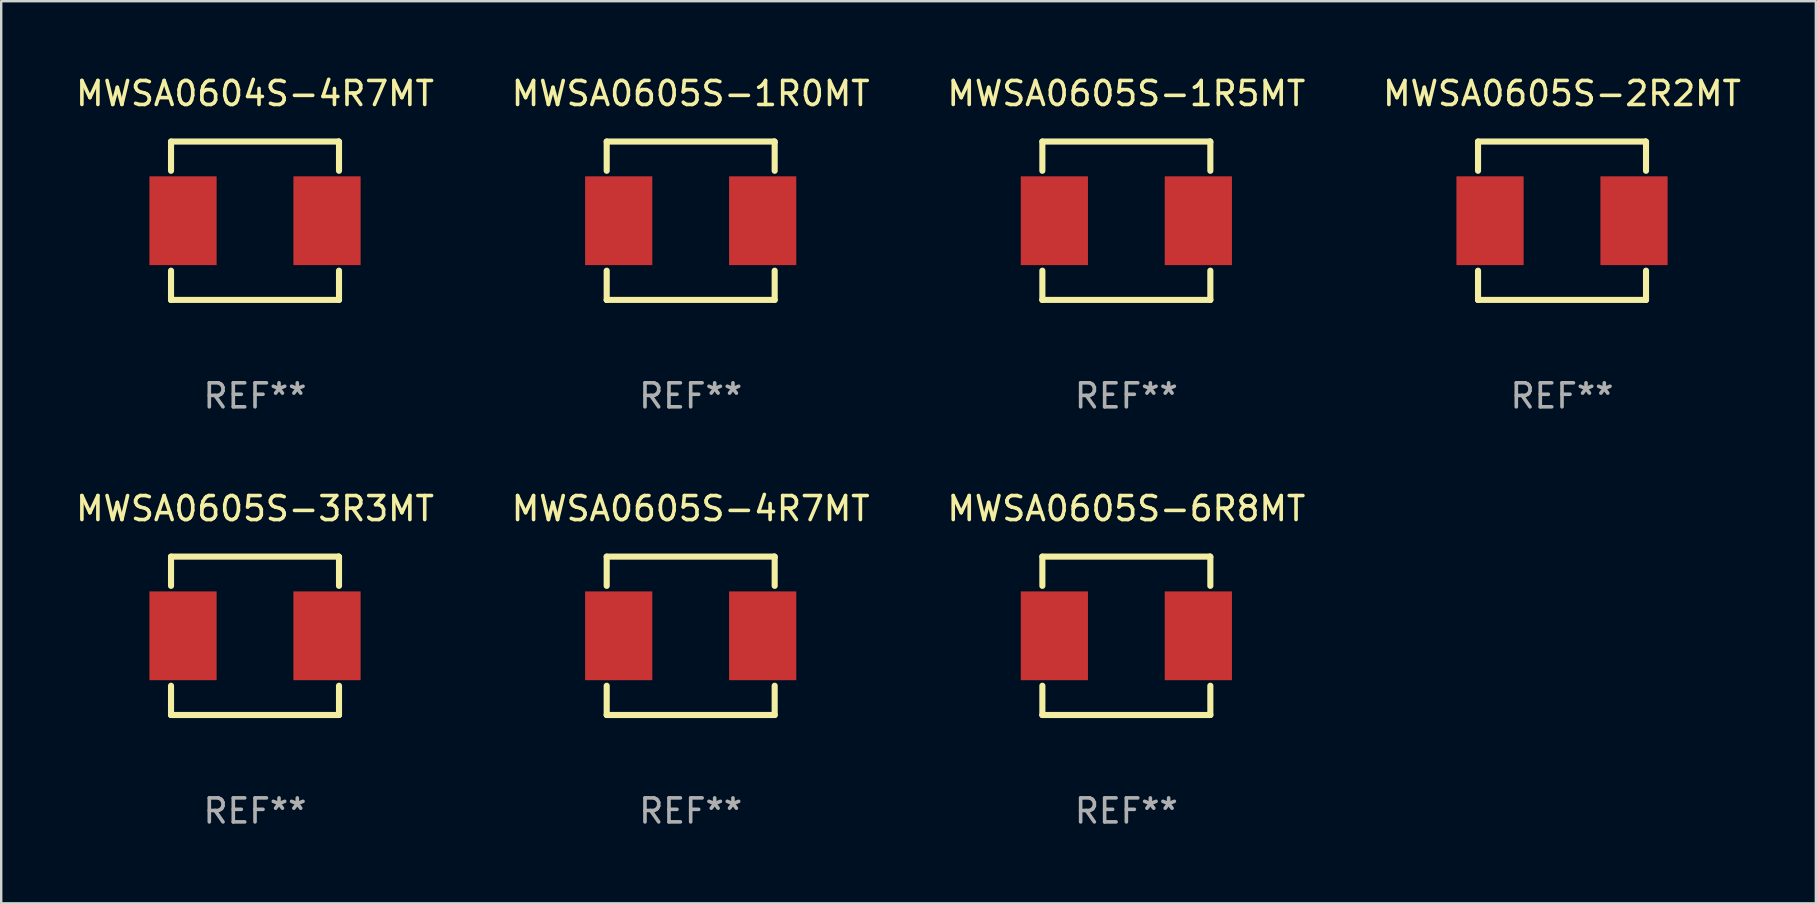
<source format=kicad_pcb>
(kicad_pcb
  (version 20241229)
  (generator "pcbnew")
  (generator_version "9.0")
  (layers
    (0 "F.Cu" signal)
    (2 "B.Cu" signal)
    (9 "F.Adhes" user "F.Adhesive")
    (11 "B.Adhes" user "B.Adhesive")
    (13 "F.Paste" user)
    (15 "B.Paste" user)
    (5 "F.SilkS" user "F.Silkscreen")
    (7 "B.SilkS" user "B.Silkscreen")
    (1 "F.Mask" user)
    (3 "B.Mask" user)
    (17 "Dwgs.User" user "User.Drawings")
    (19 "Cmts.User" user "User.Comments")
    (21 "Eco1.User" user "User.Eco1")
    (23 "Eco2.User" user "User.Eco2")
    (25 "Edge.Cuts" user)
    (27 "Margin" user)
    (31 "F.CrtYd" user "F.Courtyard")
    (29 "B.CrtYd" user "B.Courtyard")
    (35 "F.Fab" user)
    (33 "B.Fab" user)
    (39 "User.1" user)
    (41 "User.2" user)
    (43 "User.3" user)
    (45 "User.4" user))
  (footprint "MWSA0605S-3R3MT"
    (layer "F.Cu")
    (at 7.577 23.445)
    (property "Reference" "MWSA0605S-3R3MT" (at 0 -5.3 0) (layer "F.SilkS") (effects (font (size 1 1) (thickness 0.15))))
    (attr through_hole)
    (fp_line (start -3.5 -3.3) (end 3.48 -3.3) (stroke (width 0.254) (type solid)) (layer "F.SilkS"))
    (fp_line (start -3.5 -2.081) (end -3.5 -3.3) (stroke (width 0.254) (type solid)) (layer "F.SilkS"))
    (fp_line (start -3.5 3.3) (end -3.5 2.081) (stroke (width 0.254) (type solid)) (layer "F.SilkS"))
    (fp_line (start -3.49 3.3) (end -3.5 3.3) (stroke (width 0.254) (type solid)) (layer "F.SilkS"))
    (fp_line (start 3.48 -3.3) (end 3.5 -3.28) (stroke (width 0.254) (type solid)) (layer "F.SilkS"))
    (fp_line (start 3.5 -3.3) (end 3.5 -2.081) (stroke (width 0.254) (type solid)) (layer "F.SilkS"))
    (fp_line (start 3.5 2.081) (end 3.5 3.3) (stroke (width 0.254) (type solid)) (layer "F.SilkS"))
    (fp_line (start 3.5 3.3) (end -3.49 3.3) (stroke (width 0.254) (type solid)) (layer "F.SilkS"))
    (fp_circle (center -3.5 3.3) (end -3.47 3.3) (stroke (width 0.06) (type solid)) (fill no) (layer "F.SilkS"))
    (fp_text user "REF**" (at 0 7.3 0) (layer "F.Fab") (effects (font (size 1 1) (thickness 0.15))))
    (pad "1" smd rect (at -3 0) (size 2.8 3.7) (layers "F.Cu" "F.Mask" "F.Paste"))
    (pad "2" smd rect (at 3 0) (size 2.8 3.7) (layers "F.Cu" "F.Mask" "F.Paste")))
  (footprint "MWSA0605S-4R7MT"
    (layer "F.Cu")
    (at 25.732 23.445)
    (property "Reference" "MWSA0605S-4R7MT" (at 0 -5.3 0) (layer "F.SilkS") (effects (font (size 1 1) (thickness 0.15))))
    (attr through_hole)
    (fp_line (start -3.5 -3.3) (end 3.48 -3.3) (stroke (width 0.254) (type solid)) (layer "F.SilkS"))
    (fp_line (start -3.5 -2.081) (end -3.5 -3.3) (stroke (width 0.254) (type solid)) (layer "F.SilkS"))
    (fp_line (start -3.5 3.3) (end -3.5 2.081) (stroke (width 0.254) (type solid)) (layer "F.SilkS"))
    (fp_line (start -3.49 3.3) (end -3.5 3.3) (stroke (width 0.254) (type solid)) (layer "F.SilkS"))
    (fp_line (start 3.48 -3.3) (end 3.5 -3.28) (stroke (width 0.254) (type solid)) (layer "F.SilkS"))
    (fp_line (start 3.5 -3.3) (end 3.5 -2.081) (stroke (width 0.254) (type solid)) (layer "F.SilkS"))
    (fp_line (start 3.5 2.081) (end 3.5 3.3) (stroke (width 0.254) (type solid)) (layer "F.SilkS"))
    (fp_line (start 3.5 3.3) (end -3.49 3.3) (stroke (width 0.254) (type solid)) (layer "F.SilkS"))
    (fp_circle (center -3.5 3.3) (end -3.47 3.3) (stroke (width 0.06) (type solid)) (fill no) (layer "F.SilkS"))
    (fp_text user "REF**" (at 0 7.3 0) (layer "F.Fab") (effects (font (size 1 1) (thickness 0.15))))
    (pad "1" smd rect (at -3 0) (size 2.8 3.7) (layers "F.Cu" "F.Mask" "F.Paste"))
    (pad "2" smd rect (at 3 0) (size 2.8 3.7) (layers "F.Cu" "F.Mask" "F.Paste")))
  (footprint "MWSA0604S-4R7MT"
    (layer "F.Cu")
    (at 7.577 6.148)
    (property "Reference" "MWSA0604S-4R7MT" (at 0 -5.3 0) (layer "F.SilkS") (effects (font (size 1 1) (thickness 0.15))))
    (attr through_hole)
    (fp_line (start -3.5 -3.3) (end 3.48 -3.3) (stroke (width 0.254) (type solid)) (layer "F.SilkS"))
    (fp_line (start -3.5 -2.081) (end -3.5 -3.3) (stroke (width 0.254) (type solid)) (layer "F.SilkS"))
    (fp_line (start -3.5 3.3) (end -3.5 2.081) (stroke (width 0.254) (type solid)) (layer "F.SilkS"))
    (fp_line (start -3.49 3.3) (end -3.5 3.3) (stroke (width 0.254) (type solid)) (layer "F.SilkS"))
    (fp_line (start 3.48 -3.3) (end 3.5 -3.28) (stroke (width 0.254) (type solid)) (layer "F.SilkS"))
    (fp_line (start 3.5 -3.3) (end 3.5 -2.081) (stroke (width 0.254) (type solid)) (layer "F.SilkS"))
    (fp_line (start 3.5 2.081) (end 3.5 3.3) (stroke (width 0.254) (type solid)) (layer "F.SilkS"))
    (fp_line (start 3.5 3.3) (end -3.49 3.3) (stroke (width 0.254) (type solid)) (layer "F.SilkS"))
    (fp_circle (center -3.5 3.3) (end -3.47 3.3) (stroke (width 0.06) (type solid)) (fill no) (layer "F.SilkS"))
    (fp_text user "REF**" (at 0 7.3 0) (layer "F.Fab") (effects (font (size 1 1) (thickness 0.15))))
    (pad "1" smd rect (at -3 0) (size 2.8 3.7) (layers "F.Cu" "F.Mask" "F.Paste"))
    (pad "2" smd rect (at 3 0) (size 2.8 3.7) (layers "F.Cu" "F.Mask" "F.Paste")))
  (footprint "MWSA0605S-6R8MT"
    (layer "F.Cu")
    (at 43.887 23.445)
    (property "Reference" "MWSA0605S-6R8MT" (at 0 -5.3 0) (layer "F.SilkS") (effects (font (size 1 1) (thickness 0.15))))
    (attr through_hole)
    (fp_line (start -3.5 -3.3) (end 3.48 -3.3) (stroke (width 0.254) (type solid)) (layer "F.SilkS"))
    (fp_line (start -3.5 -2.081) (end -3.5 -3.3) (stroke (width 0.254) (type solid)) (layer "F.SilkS"))
    (fp_line (start -3.5 3.3) (end -3.5 2.081) (stroke (width 0.254) (type solid)) (layer "F.SilkS"))
    (fp_line (start -3.49 3.3) (end -3.5 3.3) (stroke (width 0.254) (type solid)) (layer "F.SilkS"))
    (fp_line (start 3.48 -3.3) (end 3.5 -3.28) (stroke (width 0.254) (type solid)) (layer "F.SilkS"))
    (fp_line (start 3.5 -3.3) (end 3.5 -2.081) (stroke (width 0.254) (type solid)) (layer "F.SilkS"))
    (fp_line (start 3.5 2.081) (end 3.5 3.3) (stroke (width 0.254) (type solid)) (layer "F.SilkS"))
    (fp_line (start 3.5 3.3) (end -3.49 3.3) (stroke (width 0.254) (type solid)) (layer "F.SilkS"))
    (fp_circle (center -3.5 3.3) (end -3.47 3.3) (stroke (width 0.06) (type solid)) (fill no) (layer "F.SilkS"))
    (fp_text user "REF**" (at 0 7.3 0) (layer "F.Fab") (effects (font (size 1 1) (thickness 0.15))))
    (pad "1" smd rect (at -3 0) (size 2.8 3.7) (layers "F.Cu" "F.Mask" "F.Paste"))
    (pad "2" smd rect (at 3 0) (size 2.8 3.7) (layers "F.Cu" "F.Mask" "F.Paste")))
  (footprint "MWSA0605S-1R5MT"
    (layer "F.Cu")
    (at 43.887 6.148)
    (property "Reference" "MWSA0605S-1R5MT" (at 0 -5.3 0) (layer "F.SilkS") (effects (font (size 1 1) (thickness 0.15))))
    (attr through_hole)
    (fp_line (start -3.5 -3.3) (end 3.48 -3.3) (stroke (width 0.254) (type solid)) (layer "F.SilkS"))
    (fp_line (start -3.5 -2.081) (end -3.5 -3.3) (stroke (width 0.254) (type solid)) (layer "F.SilkS"))
    (fp_line (start -3.5 3.3) (end -3.5 2.081) (stroke (width 0.254) (type solid)) (layer "F.SilkS"))
    (fp_line (start -3.49 3.3) (end -3.5 3.3) (stroke (width 0.254) (type solid)) (layer "F.SilkS"))
    (fp_line (start 3.48 -3.3) (end 3.5 -3.28) (stroke (width 0.254) (type solid)) (layer "F.SilkS"))
    (fp_line (start 3.5 -3.3) (end 3.5 -2.081) (stroke (width 0.254) (type solid)) (layer "F.SilkS"))
    (fp_line (start 3.5 2.081) (end 3.5 3.3) (stroke (width 0.254) (type solid)) (layer "F.SilkS"))
    (fp_line (start 3.5 3.3) (end -3.49 3.3) (stroke (width 0.254) (type solid)) (layer "F.SilkS"))
    (fp_circle (center -3.5 3.3) (end -3.47 3.3) (stroke (width 0.06) (type solid)) (fill no) (layer "F.SilkS"))
    (fp_text user "REF**" (at 0 7.3 0) (layer "F.Fab") (effects (font (size 1 1) (thickness 0.15))))
    (pad "1" smd rect (at -3 0) (size 2.8 3.7) (layers "F.Cu" "F.Mask" "F.Paste"))
    (pad "2" smd rect (at 3 0) (size 2.8 3.7) (layers "F.Cu" "F.Mask" "F.Paste")))
  (footprint "MWSA0605S-1R0MT"
    (layer "F.Cu")
    (at 25.732 6.148)
    (property "Reference" "MWSA0605S-1R0MT" (at 0 -5.3 0) (layer "F.SilkS") (effects (font (size 1 1) (thickness 0.15))))
    (attr through_hole)
    (fp_line (start -3.5 -3.3) (end 3.48 -3.3) (stroke (width 0.254) (type solid)) (layer "F.SilkS"))
    (fp_line (start -3.5 -2.081) (end -3.5 -3.3) (stroke (width 0.254) (type solid)) (layer "F.SilkS"))
    (fp_line (start -3.5 3.3) (end -3.5 2.081) (stroke (width 0.254) (type solid)) (layer "F.SilkS"))
    (fp_line (start -3.49 3.3) (end -3.5 3.3) (stroke (width 0.254) (type solid)) (layer "F.SilkS"))
    (fp_line (start 3.48 -3.3) (end 3.5 -3.28) (stroke (width 0.254) (type solid)) (layer "F.SilkS"))
    (fp_line (start 3.5 -3.3) (end 3.5 -2.081) (stroke (width 0.254) (type solid)) (layer "F.SilkS"))
    (fp_line (start 3.5 2.081) (end 3.5 3.3) (stroke (width 0.254) (type solid)) (layer "F.SilkS"))
    (fp_line (start 3.5 3.3) (end -3.49 3.3) (stroke (width 0.254) (type solid)) (layer "F.SilkS"))
    (fp_circle (center -3.5 3.3) (end -3.47 3.3) (stroke (width 0.06) (type solid)) (fill no) (layer "F.SilkS"))
    (fp_text user "REF**" (at 0 7.3 0) (layer "F.Fab") (effects (font (size 1 1) (thickness 0.15))))
    (pad "1" smd rect (at -3 0) (size 2.8 3.7) (layers "F.Cu" "F.Mask" "F.Paste"))
    (pad "2" smd rect (at 3 0) (size 2.8 3.7) (layers "F.Cu" "F.Mask" "F.Paste")))
  (footprint "MWSA0605S-2R2MT"
    (layer "F.Cu")
    (at 62.042 6.148)
    (property "Reference" "MWSA0605S-2R2MT" (at 0 -5.3 0) (layer "F.SilkS") (effects (font (size 1 1) (thickness 0.15))))
    (attr through_hole)
    (fp_line (start -3.5 -3.3) (end 3.48 -3.3) (stroke (width 0.254) (type solid)) (layer "F.SilkS"))
    (fp_line (start -3.5 -2.081) (end -3.5 -3.3) (stroke (width 0.254) (type solid)) (layer "F.SilkS"))
    (fp_line (start -3.5 3.3) (end -3.5 2.081) (stroke (width 0.254) (type solid)) (layer "F.SilkS"))
    (fp_line (start -3.49 3.3) (end -3.5 3.3) (stroke (width 0.254) (type solid)) (layer "F.SilkS"))
    (fp_line (start 3.48 -3.3) (end 3.5 -3.28) (stroke (width 0.254) (type solid)) (layer "F.SilkS"))
    (fp_line (start 3.5 -3.3) (end 3.5 -2.081) (stroke (width 0.254) (type solid)) (layer "F.SilkS"))
    (fp_line (start 3.5 2.081) (end 3.5 3.3) (stroke (width 0.254) (type solid)) (layer "F.SilkS"))
    (fp_line (start 3.5 3.3) (end -3.49 3.3) (stroke (width 0.254) (type solid)) (layer "F.SilkS"))
    (fp_circle (center -3.5 3.3) (end -3.47 3.3) (stroke (width 0.06) (type solid)) (fill no) (layer "F.SilkS"))
    (fp_text user "REF**" (at 0 7.3 0) (layer "F.Fab") (effects (font (size 1 1) (thickness 0.15))))
    (pad "1" smd rect (at -3 0) (size 2.8 3.7) (layers "F.Cu" "F.Mask" "F.Paste"))
    (pad "2" smd rect (at 3 0) (size 2.8 3.7) (layers "F.Cu" "F.Mask" "F.Paste")))
  (gr_rect
    (start -3 -3)
    (end 72.619 34.593)
    (stroke (width 0.1) (type default))
    (fill no)
    (layer "Edge.Cuts")))
</source>
